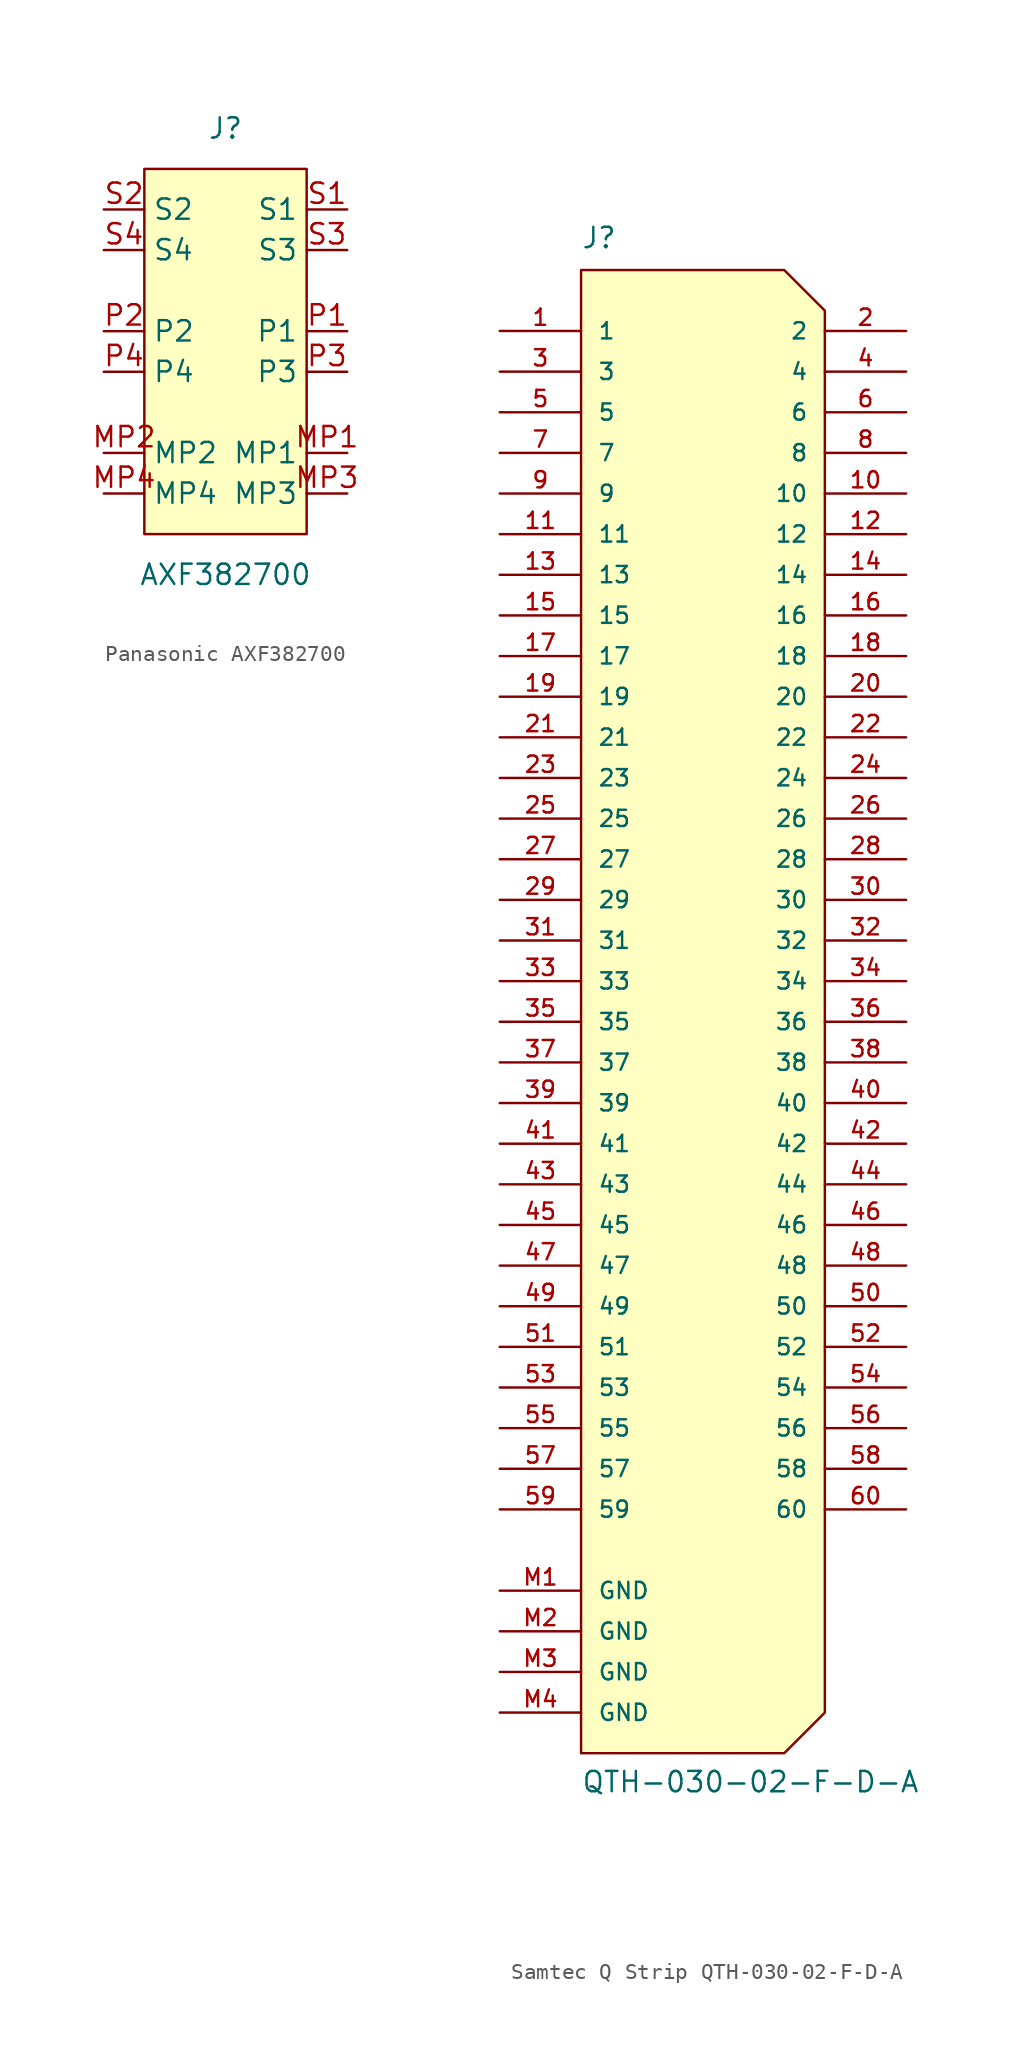
<source format=kicad_sym>
(kicad_symbol_lib
  (version 20241209)
  (generator "kicad_symbol_editor")
  (generator_version "9.0")
  (symbol "Panasonic AXF382700"
    (property "Reference" "J"
      (at 5.08 2.54 0)
      (effects (font (size 1.27 1.27))))
    (property "Value" "AXF382700"
      (at 5.08 -25.4 0)
      (effects (font (size 1.27 1.27))))
    (symbol "Panasonic AXF382700_1_1"
      (rectangle (start 0 0) (end 10.16 -22.86) (stroke (width 0) (type default)) (fill (type background)))
      (pin passive line (at -2.54 -2.54 0) (length 2.54) (name "S2" (effects (font (size 1.27 1.27)))) (number "S2" (effects (font (size 1.27 1.27)))))
      (pin passive line (at -2.54 -5.08 0) (length 2.54) (name "S4" (effects (font (size 1.27 1.27)))) (number "S4" (effects (font (size 1.27 1.27)))))
      (pin passive line (at -2.54 -10.16 0) (length 2.54) (name "P2" (effects (font (size 1.27 1.27)))) (number "P2" (effects (font (size 1.27 1.27)))))
      (pin passive line (at -2.54 -12.7 0) (length 2.54) (name "P4" (effects (font (size 1.27 1.27)))) (number "P4" (effects (font (size 1.27 1.27)))))
      (pin passive line (at -2.54 -17.78 0) (length 2.54) (name "MP2" (effects (font (size 1.27 1.27)))) (number "MP2" (effects (font (size 1.27 1.27)))))
      (pin passive line (at -2.54 -20.32 0) (length 2.54) (name "MP4" (effects (font (size 1.27 1.27)))) (number "MP4" (effects (font (size 1.27 1.27)))))
      (pin passive line (at 12.7 -2.54 180) (length 2.54) (name "S1" (effects (font (size 1.27 1.27)))) (number "S1" (effects (font (size 1.27 1.27)))))
      (pin passive line (at 12.7 -5.08 180) (length 2.54) (name "S3" (effects (font (size 1.27 1.27)))) (number "S3" (effects (font (size 1.27 1.27)))))
      (pin passive line (at 12.7 -10.16 180) (length 2.54) (name "P1" (effects (font (size 1.27 1.27)))) (number "P1" (effects (font (size 1.27 1.27)))))
      (pin passive line (at 12.7 -12.7 180) (length 2.54) (name "P3" (effects (font (size 1.27 1.27)))) (number "P3" (effects (font (size 1.27 1.27)))))
      (pin passive line (at 12.7 -17.78 180) (length 2.54) (name "MP1" (effects (font (size 1.27 1.27)))) (number "MP1" (effects (font (size 1.27 1.27)))))
      (pin passive line (at 12.7 -20.32 180) (length 2.54) (name "MP3" (effects (font (size 1.27 1.27)))) (number "MP3" (effects (font (size 1.27 1.27)))))))
  (symbol "Samtec Q Strip QTH-030-02-F-D-A"
    (pin_names
      (offset 1.016))
    (property "Reference" "J"
      (at -7.62 45.72 0)
      (effects (font (size 1.27 1.27)) (justify left bottom)))
    (property "Value" "QTH-030-02-F-D-A"
      (at -7.62 -50.8 0)
      (effects (font (size 1.27 1.27)) (justify left bottom)))
    (symbol "Samtec Q Strip QTH-030-02-F-D-A_0_0"
      (pin passive line (at -12.7 27.94 0) (length 5.08) (name "11" (effects (font (size 1.016 1.016)))) (number "11" (effects (font (size 1.016 1.016)))))
      (pin passive line (at -12.7 25.4 0) (length 5.08) (name "13" (effects (font (size 1.016 1.016)))) (number "13" (effects (font (size 1.016 1.016)))))
      (pin passive line (at -12.7 22.86 0) (length 5.08) (name "15" (effects (font (size 1.016 1.016)))) (number "15" (effects (font (size 1.016 1.016)))))
      (pin passive line (at -12.7 20.32 0) (length 5.08) (name "17" (effects (font (size 1.016 1.016)))) (number "17" (effects (font (size 1.016 1.016)))))
      (pin passive line (at -12.7 17.78 0) (length 5.08) (name "19" (effects (font (size 1.016 1.016)))) (number "19" (effects (font (size 1.016 1.016)))))
      (pin passive line (at -12.7 15.24 0) (length 5.08) (name "21" (effects (font (size 1.016 1.016)))) (number "21" (effects (font (size 1.016 1.016)))))
      (pin passive line (at -12.7 12.7 0) (length 5.08) (name "23" (effects (font (size 1.016 1.016)))) (number "23" (effects (font (size 1.016 1.016)))))
      (pin passive line (at -12.7 10.16 0) (length 5.08) (name "25" (effects (font (size 1.016 1.016)))) (number "25" (effects (font (size 1.016 1.016)))))
      (pin passive line (at -12.7 7.62 0) (length 5.08) (name "27" (effects (font (size 1.016 1.016)))) (number "27" (effects (font (size 1.016 1.016)))))
      (pin passive line (at -12.7 5.08 0) (length 5.08) (name "29" (effects (font (size 1.016 1.016)))) (number "29" (effects (font (size 1.016 1.016)))))
      (pin passive line (at -12.7 2.54 0) (length 5.08) (name "31" (effects (font (size 1.016 1.016)))) (number "31" (effects (font (size 1.016 1.016)))))
      (pin passive line (at -12.7 0 0) (length 5.08) (name "33" (effects (font (size 1.016 1.016)))) (number "33" (effects (font (size 1.016 1.016)))))
      (pin passive line (at -12.7 -2.54 0) (length 5.08) (name "35" (effects (font (size 1.016 1.016)))) (number "35" (effects (font (size 1.016 1.016)))))
      (pin passive line (at -12.7 -5.08 0) (length 5.08) (name "37" (effects (font (size 1.016 1.016)))) (number "37" (effects (font (size 1.016 1.016)))))
      (pin passive line (at -12.7 -7.62 0) (length 5.08) (name "39" (effects (font (size 1.016 1.016)))) (number "39" (effects (font (size 1.016 1.016)))))
      (pin passive line (at -12.7 -10.16 0) (length 5.08) (name "41" (effects (font (size 1.016 1.016)))) (number "41" (effects (font (size 1.016 1.016)))))
      (pin passive line (at -12.7 -12.7 0) (length 5.08) (name "43" (effects (font (size 1.016 1.016)))) (number "43" (effects (font (size 1.016 1.016)))))
      (pin passive line (at -12.7 -15.24 0) (length 5.08) (name "45" (effects (font (size 1.016 1.016)))) (number "45" (effects (font (size 1.016 1.016)))))
      (pin passive line (at -12.7 -17.78 0) (length 5.08) (name "47" (effects (font (size 1.016 1.016)))) (number "47" (effects (font (size 1.016 1.016)))))
      (pin passive line (at -12.7 -20.32 0) (length 5.08) (name "49" (effects (font (size 1.016 1.016)))) (number "49" (effects (font (size 1.016 1.016)))))
      (pin passive line (at -12.7 -22.86 0) (length 5.08) (name "51" (effects (font (size 1.016 1.016)))) (number "51" (effects (font (size 1.016 1.016)))))
      (pin passive line (at -12.7 -25.4 0) (length 5.08) (name "53" (effects (font (size 1.016 1.016)))) (number "53" (effects (font (size 1.016 1.016)))))
      (pin passive line (at -12.7 -27.94 0) (length 5.08) (name "55" (effects (font (size 1.016 1.016)))) (number "55" (effects (font (size 1.016 1.016)))))
      (pin passive line (at -12.7 -30.48 0) (length 5.08) (name "57" (effects (font (size 1.016 1.016)))) (number "57" (effects (font (size 1.016 1.016)))))
      (pin passive line (at -12.7 -33.02 0) (length 5.08) (name "59" (effects (font (size 1.016 1.016)))) (number "59" (effects (font (size 1.016 1.016)))))
      (pin passive line (at 12.7 30.48 180) (length 5.08) (name "10" (effects (font (size 1.016 1.016)))) (number "10" (effects (font (size 1.016 1.016)))))
      (pin passive line (at 12.7 27.94 180) (length 5.08) (name "12" (effects (font (size 1.016 1.016)))) (number "12" (effects (font (size 1.016 1.016)))))
      (pin passive line (at 12.7 25.4 180) (length 5.08) (name "14" (effects (font (size 1.016 1.016)))) (number "14" (effects (font (size 1.016 1.016)))))
      (pin passive line (at 12.7 22.86 180) (length 5.08) (name "16" (effects (font (size 1.016 1.016)))) (number "16" (effects (font (size 1.016 1.016)))))
      (pin passive line (at 12.7 20.32 180) (length 5.08) (name "18" (effects (font (size 1.016 1.016)))) (number "18" (effects (font (size 1.016 1.016)))))
      (pin passive line (at 12.7 17.78 180) (length 5.08) (name "20" (effects (font (size 1.016 1.016)))) (number "20" (effects (font (size 1.016 1.016)))))
      (pin passive line (at 12.7 15.24 180) (length 5.08) (name "22" (effects (font (size 1.016 1.016)))) (number "22" (effects (font (size 1.016 1.016)))))
      (pin passive line (at 12.7 12.7 180) (length 5.08) (name "24" (effects (font (size 1.016 1.016)))) (number "24" (effects (font (size 1.016 1.016)))))
      (pin passive line (at 12.7 10.16 180) (length 5.08) (name "26" (effects (font (size 1.016 1.016)))) (number "26" (effects (font (size 1.016 1.016)))))
      (pin passive line (at 12.7 7.62 180) (length 5.08) (name "28" (effects (font (size 1.016 1.016)))) (number "28" (effects (font (size 1.016 1.016)))))
      (pin passive line (at 12.7 5.08 180) (length 5.08) (name "30" (effects (font (size 1.016 1.016)))) (number "30" (effects (font (size 1.016 1.016)))))
      (pin passive line (at 12.7 2.54 180) (length 5.08) (name "32" (effects (font (size 1.016 1.016)))) (number "32" (effects (font (size 1.016 1.016)))))
      (pin passive line (at 12.7 0 180) (length 5.08) (name "34" (effects (font (size 1.016 1.016)))) (number "34" (effects (font (size 1.016 1.016)))))
      (pin passive line (at 12.7 -2.54 180) (length 5.08) (name "36" (effects (font (size 1.016 1.016)))) (number "36" (effects (font (size 1.016 1.016)))))
      (pin passive line (at 12.7 -5.08 180) (length 5.08) (name "38" (effects (font (size 1.016 1.016)))) (number "38" (effects (font (size 1.016 1.016)))))
      (pin passive line (at 12.7 -7.62 180) (length 5.08) (name "40" (effects (font (size 1.016 1.016)))) (number "40" (effects (font (size 1.016 1.016)))))
      (pin passive line (at 12.7 -10.16 180) (length 5.08) (name "42" (effects (font (size 1.016 1.016)))) (number "42" (effects (font (size 1.016 1.016)))))
      (pin passive line (at 12.7 -12.7 180) (length 5.08) (name "44" (effects (font (size 1.016 1.016)))) (number "44" (effects (font (size 1.016 1.016)))))
      (pin passive line (at 12.7 -15.24 180) (length 5.08) (name "46" (effects (font (size 1.016 1.016)))) (number "46" (effects (font (size 1.016 1.016)))))
      (pin passive line (at 12.7 -17.78 180) (length 5.08) (name "48" (effects (font (size 1.016 1.016)))) (number "48" (effects (font (size 1.016 1.016)))))
      (pin passive line (at 12.7 -20.32 180) (length 5.08) (name "50" (effects (font (size 1.016 1.016)))) (number "50" (effects (font (size 1.016 1.016)))))
      (pin passive line (at 12.7 -22.86 180) (length 5.08) (name "52" (effects (font (size 1.016 1.016)))) (number "52" (effects (font (size 1.016 1.016)))))
      (pin passive line (at 12.7 -25.4 180) (length 5.08) (name "54" (effects (font (size 1.016 1.016)))) (number "54" (effects (font (size 1.016 1.016)))))
      (pin passive line (at 12.7 -27.94 180) (length 5.08) (name "56" (effects (font (size 1.016 1.016)))) (number "56" (effects (font (size 1.016 1.016)))))
      (pin passive line (at 12.7 -30.48 180) (length 5.08) (name "58" (effects (font (size 1.016 1.016)))) (number "58" (effects (font (size 1.016 1.016)))))
      (pin passive line (at 12.7 -33.02 180) (length 5.08) (name "60" (effects (font (size 1.016 1.016)))) (number "60" (effects (font (size 1.016 1.016))))))
    (symbol "Samtec Q Strip QTH-030-02-F-D-A_1_0"
      (pin passive line (at -12.7 40.64 0) (length 5.08) (name "1" (effects (font (size 1.016 1.016)))) (number "1" (effects (font (size 1.016 1.016)))))
      (pin passive line (at -12.7 38.1 0) (length 5.08) (name "3" (effects (font (size 1.016 1.016)))) (number "3" (effects (font (size 1.016 1.016)))))
      (pin passive line (at -12.7 35.56 0) (length 5.08) (name "5" (effects (font (size 1.016 1.016)))) (number "5" (effects (font (size 1.016 1.016)))))
      (pin passive line (at -12.7 33.02 0) (length 5.08) (name "7" (effects (font (size 1.016 1.016)))) (number "7" (effects (font (size 1.016 1.016)))))
      (pin passive line (at -12.7 30.48 0) (length 5.08) (name "9" (effects (font (size 1.016 1.016)))) (number "9" (effects (font (size 1.016 1.016)))))
      (pin power_in line (at -12.7 -38.1 0) (length 5.08) (name "GND" (effects (font (size 1.016 1.016)))) (number "M1" (effects (font (size 1.016 1.016)))))
      (pin power_in line (at -12.7 -40.64 0) (length 5.08) (name "GND" (effects (font (size 1.016 1.016)))) (number "M2" (effects (font (size 1.016 1.016)))))
      (pin power_in line (at -12.7 -43.18 0) (length 5.08) (name "GND" (effects (font (size 1.016 1.016)))) (number "M3" (effects (font (size 1.016 1.016)))))
      (pin power_in line (at -12.7 -45.72 0) (length 5.08) (name "GND" (effects (font (size 1.016 1.016)))) (number "M4" (effects (font (size 1.016 1.016)))))
      (pin passive line (at 12.7 40.64 180) (length 5.08) (name "2" (effects (font (size 1.016 1.016)))) (number "2" (effects (font (size 1.016 1.016)))))
      (pin passive line (at 12.7 38.1 180) (length 5.08) (name "4" (effects (font (size 1.016 1.016)))) (number "4" (effects (font (size 1.016 1.016)))))
      (pin passive line (at 12.7 35.56 180) (length 5.08) (name "6" (effects (font (size 1.016 1.016)))) (number "6" (effects (font (size 1.016 1.016)))))
      (pin passive line (at 12.7 33.02 180) (length 5.08) (name "8" (effects (font (size 1.016 1.016)))) (number "8" (effects (font (size 1.016 1.016))))))
    (symbol "Samtec Q Strip QTH-030-02-F-D-A_1_1"
      (polyline (pts (xy -7.62 44.45) (xy 5.08 44.45) (xy 7.62 41.91) (xy 7.62 -45.72) (xy 5.08 -48.26) (xy -7.62 -48.26) (xy -7.62 44.45)) (stroke (width 0) (type default)) (fill (type background))))))
</source>
